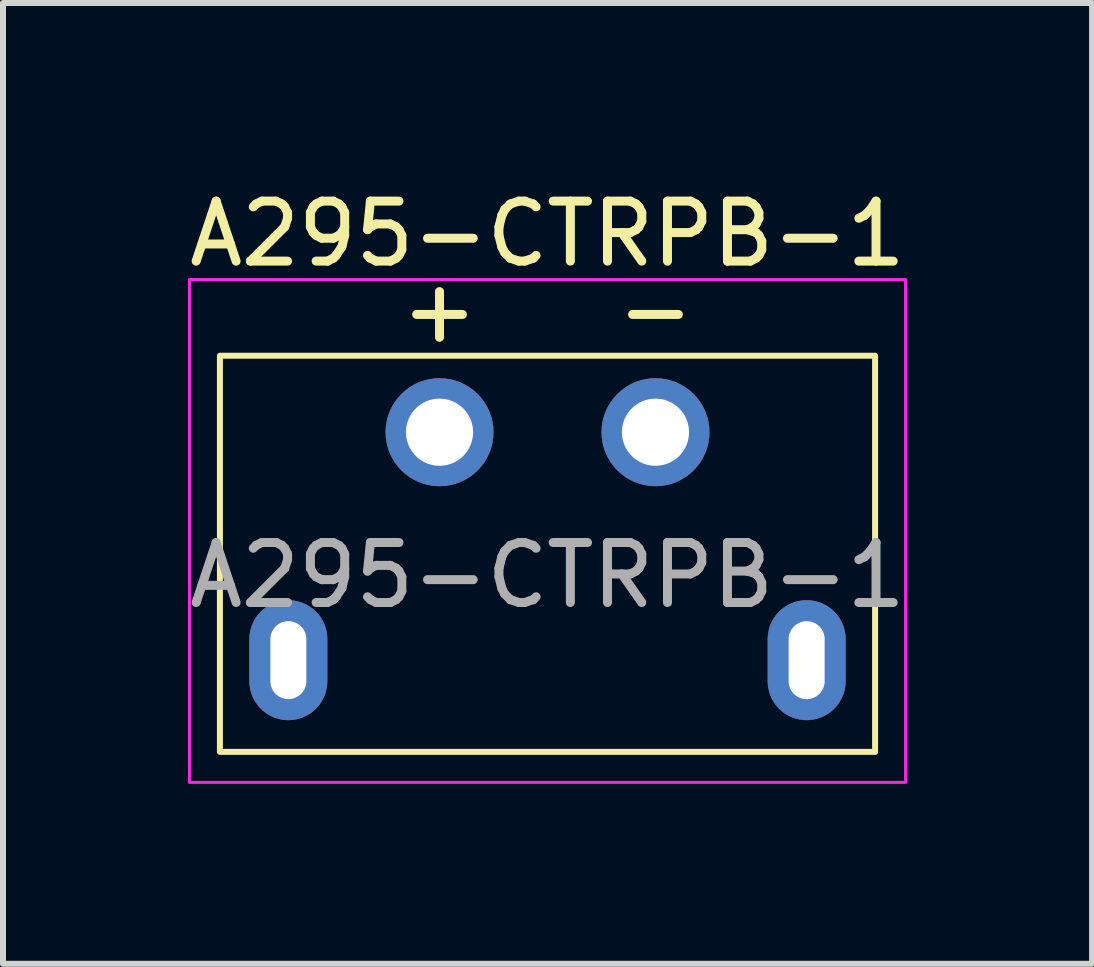
<source format=kicad_pcb>
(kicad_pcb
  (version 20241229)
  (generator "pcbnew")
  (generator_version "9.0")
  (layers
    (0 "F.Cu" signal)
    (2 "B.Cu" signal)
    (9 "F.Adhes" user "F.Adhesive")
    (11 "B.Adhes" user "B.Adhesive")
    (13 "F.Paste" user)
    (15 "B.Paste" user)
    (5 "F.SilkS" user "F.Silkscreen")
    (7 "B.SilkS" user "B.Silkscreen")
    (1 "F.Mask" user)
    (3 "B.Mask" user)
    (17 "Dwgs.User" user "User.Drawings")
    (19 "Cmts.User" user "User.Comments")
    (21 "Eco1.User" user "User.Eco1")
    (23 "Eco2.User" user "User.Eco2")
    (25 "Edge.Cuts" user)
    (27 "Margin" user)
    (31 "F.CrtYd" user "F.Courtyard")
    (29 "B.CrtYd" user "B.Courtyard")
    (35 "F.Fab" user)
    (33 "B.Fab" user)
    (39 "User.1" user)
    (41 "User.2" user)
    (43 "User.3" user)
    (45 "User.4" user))
  (footprint "A295-CTRPB-1"
    (layer "F.Cu")
    (at 6.077 6.055)
    (property "Reference" "A295-CTRPB-1" (at 0 -5.207 0) (unlocked yes) (layer "F.SilkS") (effects (font (size 1 1) (thickness 0.15))))
    (attr through_hole)
    (fp_rect (start -5.461 -3.175) (end 5.461 3.429) (stroke (width 0.1) (type default)) (fill no) (layer "F.SilkS"))
    (fp_rect (start -5.969 -4.445) (end 5.969 3.937) (stroke (width 0.05) (type default)) (fill no) (layer "F.CrtYd"))
    (fp_text user "-" (at 1.8 -3.937 0) (unlocked yes) (layer "F.SilkS") (effects (font (size 1 1) (thickness 0.15))))
    (fp_text user "+" (at -1.8 -3.937 0) (unlocked yes) (layer "F.SilkS") (effects (font (size 1 1) (thickness 0.15))))
    (fp_text user "${REFERENCE}" (at 0 0.484 0) (unlocked yes) (layer "F.Fab") (effects (font (size 1 1) (thickness 0.15))))
    (pad "1" thru_hole oval (at -1.8 -1.9) (size 1.8 1.8) (drill 1.12) (layers "*.Cu" "*.Mask"))
    (pad "2" thru_hole oval (at 1.8 -1.9) (size 1.8 1.8) (drill 1.12) (layers "*.Cu" "*.Mask"))
    (pad "3" thru_hole oval (at -4.32 1.9) (size 1.3 2) (drill oval 0.6 1.3) (layers "*.Cu" "*.Mask"))
    (pad "3" thru_hole oval (at 4.32 1.9) (size 1.3 2) (drill oval 0.6 1.3) (layers "*.Cu" "*.Mask")))
  (gr_rect
    (start -3 -3)
    (end 15.155 13.017)
    (stroke (width 0.1) (type default))
    (fill no)
    (layer "Edge.Cuts")))
</source>
